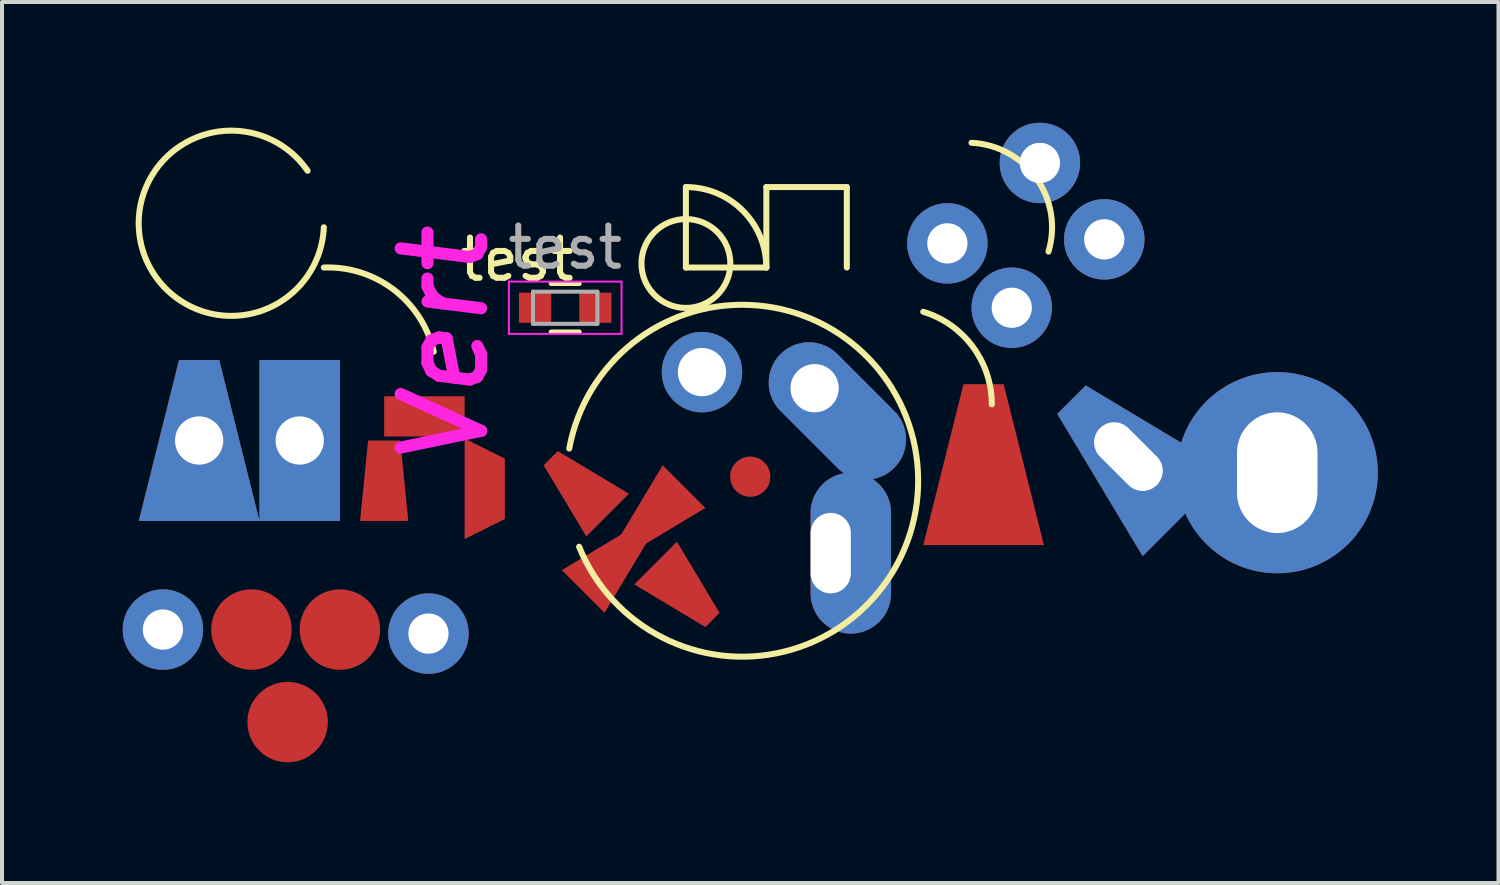
<source format=kicad_pcb>
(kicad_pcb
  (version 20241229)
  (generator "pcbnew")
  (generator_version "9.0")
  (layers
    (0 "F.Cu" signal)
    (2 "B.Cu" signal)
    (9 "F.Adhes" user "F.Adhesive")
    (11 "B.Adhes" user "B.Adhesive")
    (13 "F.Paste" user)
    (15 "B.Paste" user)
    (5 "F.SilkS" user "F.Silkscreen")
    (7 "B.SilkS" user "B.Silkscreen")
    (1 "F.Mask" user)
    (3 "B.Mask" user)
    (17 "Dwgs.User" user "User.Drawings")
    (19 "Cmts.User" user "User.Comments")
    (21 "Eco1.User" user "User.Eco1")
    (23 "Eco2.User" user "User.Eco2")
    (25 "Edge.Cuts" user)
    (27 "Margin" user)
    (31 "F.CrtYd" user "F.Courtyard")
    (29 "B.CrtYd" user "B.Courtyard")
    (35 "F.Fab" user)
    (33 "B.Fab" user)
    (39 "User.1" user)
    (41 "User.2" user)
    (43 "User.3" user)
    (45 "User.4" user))
  (footprint "test"
    (layer "F.Cu")
    (at 8 5.6)
    (property "Reference" "test" (at 1.8 -2.2 0) (layer "F.SilkS") (effects (font (size 1 1) (thickness 0.15))))
    (attr smd)
    (fp_line (start 2.65 -1.6) (end 3.35 -1.6) (stroke (width 0.12) (type solid)) (layer "F.SilkS"))
    (fp_line (start 3.35 -0.4) (end 2.65 -0.4) (stroke (width 0.12) (type solid)) (layer "F.SilkS"))
    (fp_line (start 6 -4) (end 6 -2) (stroke (width 0.15) (type solid)) (layer "F.SilkS"))
    (fp_line (start 6 -2) (end 8 -2) (stroke (width 0.15) (type solid)) (layer "F.SilkS"))
    (fp_line (start 8 -4) (end 10 -4) (stroke (width 0.15) (type solid)) (layer "F.SilkS"))
    (fp_line (start 8 -2) (end 8 -4) (stroke (width 0.15) (type solid)) (layer "F.SilkS"))
    (fp_line (start 10 -4) (end 10 -2) (stroke (width 0.15) (type solid)) (layer "F.SilkS"))
    (fp_arc (start -3 -3) (mid -7.512886 -2.465069) (end -3.402913 -4.404247) (stroke (width 0.15) (type solid)) (layer "F.SilkS"))
    (fp_arc (start -3 -2) (mid -1.257383 -1.445182) (end -0.26734 0.092463) (stroke (width 0.15) (type solid)) (layer "F.SilkS"))
    (fp_arc (start 3.1 2.5) (mid 11.75179 2.861911) (end 3.345733 4.941013) (stroke (width 0.15) (type solid)) (layer "F.SilkS"))
    (fp_arc (start 6 -4) (mid 7.414214 -3.414214) (end 8 -2) (stroke (width 0.15) (type solid)) (layer "F.SilkS"))
    (fp_arc (start 11.9 -0.9) (mid 13.131698 -0.031273) (end 13.604163 1.4) (stroke (width 0.15) (type solid)) (layer "F.SilkS"))
    (fp_arc (start 13.1 -5.1) (mid 14.716102 -4.214493) (end 15.013714 -2.395886) (stroke (width 0.15) (type solid)) (layer "F.SilkS"))
    (fp_circle (center 6 -2.1) (end 4.9 -2) (stroke (width 0.15) (type solid)) (fill no) (layer "F.SilkS"))
    (fp_line (start 1.6 -1.65) (end 1.6 -0.35) (stroke (width 0.05) (type solid)) (layer "F.CrtYd"))
    (fp_line (start 1.6 -1.65) (end 4.4 -1.65) (stroke (width 0.05) (type solid)) (layer "F.CrtYd"))
    (fp_line (start 4.4 -0.35) (end 1.6 -0.35) (stroke (width 0.05) (type solid)) (layer "F.CrtYd"))
    (fp_line (start 4.4 -0.35) (end 4.4 -1.65) (stroke (width 0.05) (type solid)) (layer "F.CrtYd"))
    (fp_line (start 2.2 -1.4) (end 3.8 -1.4) (stroke (width 0.1) (type solid)) (layer "F.Fab"))
    (fp_line (start 2.2 -0.6) (end 2.2 -1.4) (stroke (width 0.1) (type solid)) (layer "F.Fab"))
    (fp_line (start 3.8 -1.4) (end 3.8 -0.6) (stroke (width 0.1) (type solid)) (layer "F.Fab"))
    (fp_line (start 3.8 -0.6) (end 2.2 -0.6) (stroke (width 0.1) (type solid)) (layer "F.Fab"))
    (fp_text user "Vert" (at 0 0 90) (layer "F.CrtYd") (effects (font (size 2 2) (thickness 0.3) (italic yes))))
    (fp_text user "${REFERENCE}" (at 3 -2.5 0) (layer "F.Fab") (effects (font (size 1 1) (thickness 0.15))))
    (pad "" np_thru_hole circle (at -0.4 7.1 135) (size 2 2) (drill 1) (layers "*.Cu" "*.Mask"))
    (pad "" np_thru_hole trapezoid (at 17 2.7 45) (size 2 4) (rect_delta 0 1) (drill oval 1 2) (layers "*.Cu" "*.Mask"))
    (pad "1" smd rect (at 2.25 -1) (size 0.8 0.75) (layers "F.Cu" "F.Mask" "F.Paste"))
    (pad "2" smd rect (at 3.75 -1) (size 0.8 0.75) (layers "F.Cu" "F.Mask" "F.Paste"))
    (pad "3" smd rect (at -1 2 90) (size 1 2) (drill (offset 0.3 0.5)) (layers "F.Cu" "F.Mask" "F.Paste"))
    (pad "4" smd trapezoid (at -1.5 3.3) (size 1 2) (rect_delta 0 0.2) (layers "F.Cu" "F.Mask" "F.Paste"))
    (pad "5" smd trapezoid (at 1 3.5) (size 1 2) (rect_delta 0.5 0) (layers "F.Cu" "F.Mask" "F.Paste"))
    (pad "6" thru_hole circle (at 20.7 3.1 180) (size 5 5) (drill oval 2 3) (layers "*.Cu" "*.Mask"))
    (pad "7" smd circle (at 7.6 3.2) (size 1 1) (layers "F.Cu" "F.Mask" "F.Paste"))
    (pad "8" thru_hole circle (at 6.4 0.6) (size 2 2) (drill 1.2) (layers "*.Cu" "*.Mask" "F.Paste"))
    (pad "9" thru_hole oval (at 9.2 1 45) (size 2 4) (drill 1.2 (offset 0 0.8)) (layers "*.Cu" "*.Mask" "F.Paste"))
    (pad "10" thru_hole rect (at -3.6 2.3) (size 2 4) (drill 1.2) (layers "*.Cu" "*.Mask" "F.Paste"))
    (pad "11" thru_hole trapezoid (at -6.1 2.3) (size 2 4) (rect_delta 0 1) (drill 1.2) (layers "*.Cu" "*.Mask" "F.Paste"))
    (pad "12" connect trapezoid (at 13.4 2.9) (size 2 4) (rect_delta 0 1) (layers "F.Cu" "F.Mask"))
    (pad "13" thru_hole oval (at 9.6 5.1) (size 2 4) (drill oval 1 2 (offset 0.5 0)) (layers "*.Cu" "*.Mask"))
    (pad "20" thru_hole circle (at 14.8 -4.6 135) (size 2 2) (drill 1) (layers "*.Mask" "F.Cu"))
    (pad "21" thru_hole circle (at 16.4 -2.7 135) (size 2 2) (drill 1) (layers "*.Cu" "*.Mask"))
    (pad "22" thru_hole circle (at 14.1 -1 135) (size 2 2) (drill 1) (layers "*.Cu" "*.Mask"))
    (pad "23" thru_hole circle (at 12.5 -2.6 135) (size 2 2) (drill 1) (layers "*.Cu" "*.Mask"))
    (pad "30" smd trapezoid (at 3.7 3.8 45) (size 1 2) (rect_delta 0 0.5) (drill (offset 0 -0.5)) (layers "F.Cu" "F.Mask" "F.Paste"))
    (pad "31" smd trapezoid (at 5.6 3.8 135) (size 1 2) (rect_delta 0 0.5) (drill (offset 0 -0.5)) (layers "F.Cu" "F.Mask" "F.Paste"))
    (pad "32" smd trapezoid (at 5.6 5.7 225) (size 1 2) (rect_delta 0 0.5) (drill (offset 0 -0.5)) (layers "F.Cu" "F.Mask" "F.Paste"))
    (pad "33" smd trapezoid (at 3.8 5.7 315) (size 1 2) (rect_delta 0 0.5) (drill (offset 0 -0.5)) (layers "F.Cu" "F.Mask" "F.Paste"))
    (pad "40" thru_hole circle (at -7 7 135) (size 2 2) (drill 1) (layers "*.Cu" "*.Mask"))
    (pad "41" smd circle (at -4.8 7 135) (size 2 2) (layers "F.Cu" "F.Mask" "F.Paste"))
    (pad "42" connect circle (at -2.6 7 135) (size 2 2) (layers "F.Cu" "F.Mask"))
    (pad "44" smd circle (at -3.9 9.3 135) (size 2 2) (layers "*.Paste" "*.Mask" "F.Cu")))
  (gr_rect
    (start -3 -3)
    (end 34.2 18.9)
    (stroke (width 0.1) (type default))
    (fill no)
    (layer "Edge.Cuts")))
</source>
